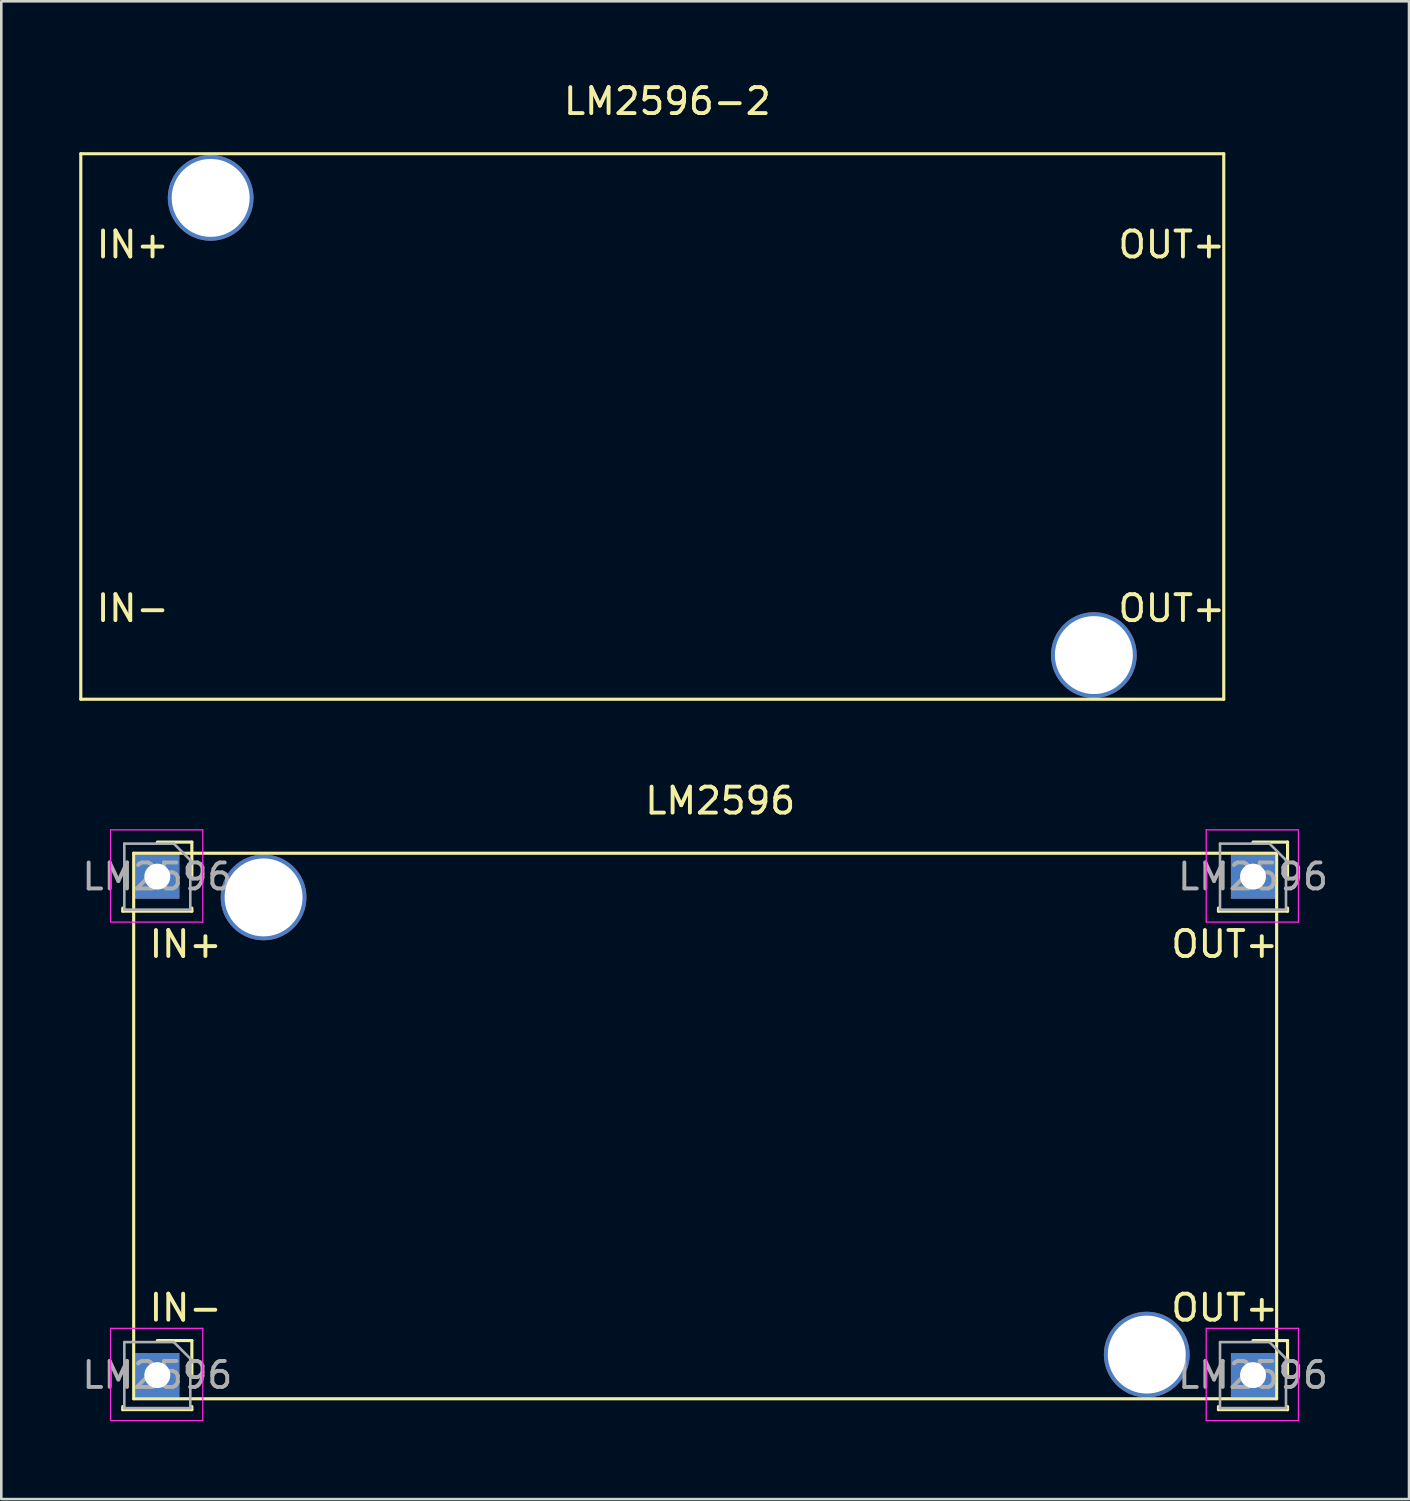
<source format=kicad_pcb>
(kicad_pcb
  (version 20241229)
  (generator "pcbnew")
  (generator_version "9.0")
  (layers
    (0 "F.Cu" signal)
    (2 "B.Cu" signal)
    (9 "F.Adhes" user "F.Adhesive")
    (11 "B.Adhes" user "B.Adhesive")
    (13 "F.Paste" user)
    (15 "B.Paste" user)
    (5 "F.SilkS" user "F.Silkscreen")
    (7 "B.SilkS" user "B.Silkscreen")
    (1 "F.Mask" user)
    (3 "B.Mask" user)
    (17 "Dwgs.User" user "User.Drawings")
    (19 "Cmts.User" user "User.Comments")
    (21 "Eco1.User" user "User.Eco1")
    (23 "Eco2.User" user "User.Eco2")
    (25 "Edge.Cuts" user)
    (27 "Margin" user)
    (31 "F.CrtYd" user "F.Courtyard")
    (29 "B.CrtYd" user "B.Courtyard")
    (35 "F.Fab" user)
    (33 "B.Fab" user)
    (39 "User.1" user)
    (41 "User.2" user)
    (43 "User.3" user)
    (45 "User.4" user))
  (footprint "LM2596-2"
    (layer "F.Cu")
    (at 22.06 13.368)
    (property "Reference" "LM2596-2" (at 0.58 -12.52 0) (unlocked yes) (layer "F.SilkS") (effects (font (size 1 1) (thickness 0.15))))
    (attr through_hole)
    (fp_line (start -22 -10.5) (end 22 -10.5) (stroke (width 0.12) (type solid)) (layer "F.SilkS"))
    (fp_line (start -22 10.5) (end -22 -10.5) (stroke (width 0.12) (type solid)) (layer "F.SilkS"))
    (fp_line (start -22 10.5) (end 22 10.5) (stroke (width 0.12) (type solid)) (layer "F.SilkS"))
    (fp_line (start 22 -10.5) (end 22 10.5) (stroke (width 0.12) (type solid)) (layer "F.SilkS"))
    (fp_text user "IN+" (at -20 -7 0) (unlocked yes) (layer "F.SilkS") (effects (font (size 1 1) (thickness 0.15))))
    (fp_text user "IN-" (at -20 7 0) (unlocked yes) (layer "F.SilkS") (effects (font (size 1 1) (thickness 0.15))))
    (fp_text user "OUT+" (at 20 7 0) (unlocked yes) (layer "F.SilkS") (effects (font (size 1 1) (thickness 0.15))))
    (fp_text user "OUT+" (at 20 -7 0) (unlocked yes) (layer "F.SilkS") (effects (font (size 1 1) (thickness 0.15))))
    (pad "" thru_hole circle (at -17 -8.8) (size 3.3 3.3) (drill 3) (layers "*.Cu" "*.Mask"))
    (pad "" thru_hole circle (at 17 8.8) (size 3.3 3.3) (drill 3) (layers "*.Cu" "*.Mask")))
  (footprint "LM2596"
    (layer "F.Cu")
    (at 24.096 40.297)
    (property "Reference" "LM2596" (at 0.58 -12.52 0) (unlocked yes) (layer "F.SilkS") (effects (font (size 1 1) (thickness 0.15))))
    (attr through_hole)
    (fp_line (start -22.42 -8.39) (end -22.42 -8.27) (stroke (width 0.12) (type solid)) (layer "F.SilkS"))
    (fp_line (start -22.42 -8.27) (end -19.76 -8.27) (stroke (width 0.12) (type solid)) (layer "F.SilkS"))
    (fp_line (start -22.42 10.8) (end -22.42 10.92) (stroke (width 0.12) (type solid)) (layer "F.SilkS"))
    (fp_line (start -22.42 10.92) (end -19.76 10.92) (stroke (width 0.12) (type solid)) (layer "F.SilkS"))
    (fp_line (start -22 -10.5) (end 22 -10.5) (stroke (width 0.12) (type solid)) (layer "F.SilkS"))
    (fp_line (start -22 10.5) (end -22 -10.5) (stroke (width 0.12) (type solid)) (layer "F.SilkS"))
    (fp_line (start -22 10.5) (end 22 10.5) (stroke (width 0.12) (type solid)) (layer "F.SilkS"))
    (fp_line (start -21.09 -10.93) (end -19.76 -10.93) (stroke (width 0.12) (type solid)) (layer "F.SilkS"))
    (fp_line (start -21.09 8.26) (end -19.76 8.26) (stroke (width 0.12) (type solid)) (layer "F.SilkS"))
    (fp_line (start -19.76 -10.93) (end -19.76 -9.6) (stroke (width 0.12) (type solid)) (layer "F.SilkS"))
    (fp_line (start -19.76 -8.39) (end -19.76 -8.27) (stroke (width 0.12) (type solid)) (layer "F.SilkS"))
    (fp_line (start -19.76 8.26) (end -19.76 9.59) (stroke (width 0.12) (type solid)) (layer "F.SilkS"))
    (fp_line (start -19.76 10.8) (end -19.76 10.92) (stroke (width 0.12) (type solid)) (layer "F.SilkS"))
    (fp_line (start 19.76 -8.39) (end 19.76 -8.27) (stroke (width 0.12) (type solid)) (layer "F.SilkS"))
    (fp_line (start 19.76 -8.27) (end 22.42 -8.27) (stroke (width 0.12) (type solid)) (layer "F.SilkS"))
    (fp_line (start 19.76 10.8) (end 19.76 10.92) (stroke (width 0.12) (type solid)) (layer "F.SilkS"))
    (fp_line (start 19.76 10.92) (end 22.42 10.92) (stroke (width 0.12) (type solid)) (layer "F.SilkS"))
    (fp_line (start 21.09 -10.93) (end 22.42 -10.93) (stroke (width 0.12) (type solid)) (layer "F.SilkS"))
    (fp_line (start 21.09 8.26) (end 22.42 8.26) (stroke (width 0.12) (type solid)) (layer "F.SilkS"))
    (fp_line (start 22 -10.5) (end 22 10.5) (stroke (width 0.12) (type solid)) (layer "F.SilkS"))
    (fp_line (start 22.42 -10.93) (end 22.42 -9.6) (stroke (width 0.12) (type solid)) (layer "F.SilkS"))
    (fp_line (start 22.42 -8.39) (end 22.42 -8.27) (stroke (width 0.12) (type solid)) (layer "F.SilkS"))
    (fp_line (start 22.42 8.26) (end 22.42 9.59) (stroke (width 0.12) (type solid)) (layer "F.SilkS"))
    (fp_line (start 22.42 10.8) (end 22.42 10.92) (stroke (width 0.12) (type solid)) (layer "F.SilkS"))
    (fp_line (start -22.89 -11.4) (end -19.34 -11.4) (stroke (width 0.05) (type solid)) (layer "F.CrtYd"))
    (fp_line (start -22.89 -7.85) (end -22.89 -11.4) (stroke (width 0.05) (type solid)) (layer "F.CrtYd"))
    (fp_line (start -22.89 7.79) (end -19.34 7.79) (stroke (width 0.05) (type solid)) (layer "F.CrtYd"))
    (fp_line (start -22.89 11.34) (end -22.89 7.79) (stroke (width 0.05) (type solid)) (layer "F.CrtYd"))
    (fp_line (start -19.34 -11.4) (end -19.34 -7.85) (stroke (width 0.05) (type solid)) (layer "F.CrtYd"))
    (fp_line (start -19.34 -7.85) (end -22.89 -7.85) (stroke (width 0.05) (type solid)) (layer "F.CrtYd"))
    (fp_line (start -19.34 7.79) (end -19.34 11.34) (stroke (width 0.05) (type solid)) (layer "F.CrtYd"))
    (fp_line (start -19.34 11.34) (end -22.89 11.34) (stroke (width 0.05) (type solid)) (layer "F.CrtYd"))
    (fp_line (start 19.29 -11.4) (end 22.84 -11.4) (stroke (width 0.05) (type solid)) (layer "F.CrtYd"))
    (fp_line (start 19.29 -7.85) (end 19.29 -11.4) (stroke (width 0.05) (type solid)) (layer "F.CrtYd"))
    (fp_line (start 19.29 7.79) (end 22.84 7.79) (stroke (width 0.05) (type solid)) (layer "F.CrtYd"))
    (fp_line (start 19.29 11.34) (end 19.29 7.79) (stroke (width 0.05) (type solid)) (layer "F.CrtYd"))
    (fp_line (start 22.84 -11.4) (end 22.84 -7.85) (stroke (width 0.05) (type solid)) (layer "F.CrtYd"))
    (fp_line (start 22.84 -7.85) (end 19.29 -7.85) (stroke (width 0.05) (type solid)) (layer "F.CrtYd"))
    (fp_line (start 22.84 7.79) (end 22.84 11.34) (stroke (width 0.05) (type solid)) (layer "F.CrtYd"))
    (fp_line (start 22.84 11.34) (end 19.29 11.34) (stroke (width 0.05) (type solid)) (layer "F.CrtYd"))
    (fp_line (start -22.36 -10.87) (end -20.455 -10.87) (stroke (width 0.1) (type solid)) (layer "F.Fab"))
    (fp_line (start -22.36 -8.33) (end -22.36 -10.87) (stroke (width 0.1) (type solid)) (layer "F.Fab"))
    (fp_line (start -22.36 8.32) (end -20.455 8.32) (stroke (width 0.1) (type solid)) (layer "F.Fab"))
    (fp_line (start -22.36 10.86) (end -22.36 8.32) (stroke (width 0.1) (type solid)) (layer "F.Fab"))
    (fp_line (start -20.455 -10.87) (end -19.82 -10.235) (stroke (width 0.1) (type solid)) (layer "F.Fab"))
    (fp_line (start -20.455 8.32) (end -19.82 8.955) (stroke (width 0.1) (type solid)) (layer "F.Fab"))
    (fp_line (start -19.82 -10.235) (end -19.82 -8.33) (stroke (width 0.1) (type solid)) (layer "F.Fab"))
    (fp_line (start -19.82 -8.33) (end -22.36 -8.33) (stroke (width 0.1) (type solid)) (layer "F.Fab"))
    (fp_line (start -19.82 8.955) (end -19.82 10.86) (stroke (width 0.1) (type solid)) (layer "F.Fab"))
    (fp_line (start -19.82 10.86) (end -22.36 10.86) (stroke (width 0.1) (type solid)) (layer "F.Fab"))
    (fp_line (start 19.82 -10.87) (end 21.725 -10.87) (stroke (width 0.1) (type solid)) (layer "F.Fab"))
    (fp_line (start 19.82 -8.33) (end 19.82 -10.87) (stroke (width 0.1) (type solid)) (layer "F.Fab"))
    (fp_line (start 19.82 8.32) (end 21.725 8.32) (stroke (width 0.1) (type solid)) (layer "F.Fab"))
    (fp_line (start 19.82 10.86) (end 19.82 8.32) (stroke (width 0.1) (type solid)) (layer "F.Fab"))
    (fp_line (start 21.725 -10.87) (end 22.36 -10.235) (stroke (width 0.1) (type solid)) (layer "F.Fab"))
    (fp_line (start 21.725 8.32) (end 22.36 8.955) (stroke (width 0.1) (type solid)) (layer "F.Fab"))
    (fp_line (start 22.36 -10.235) (end 22.36 -8.33) (stroke (width 0.1) (type solid)) (layer "F.Fab"))
    (fp_line (start 22.36 -8.33) (end 19.82 -8.33) (stroke (width 0.1) (type solid)) (layer "F.Fab"))
    (fp_line (start 22.36 8.955) (end 22.36 10.86) (stroke (width 0.1) (type solid)) (layer "F.Fab"))
    (fp_line (start 22.36 10.86) (end 19.82 10.86) (stroke (width 0.1) (type solid)) (layer "F.Fab"))
    (fp_text user "IN+" (at -20 -7 0) (unlocked yes) (layer "F.SilkS") (effects (font (size 1 1) (thickness 0.15))))
    (fp_text user "OUT+" (at 20 -7 0) (unlocked yes) (layer "F.SilkS") (effects (font (size 1 1) (thickness 0.15))))
    (fp_text user "IN-" (at -20 7 0) (unlocked yes) (layer "F.SilkS") (effects (font (size 1 1) (thickness 0.15))))
    (fp_text user "OUT+" (at 20 7 0) (unlocked yes) (layer "F.SilkS") (effects (font (size 1 1) (thickness 0.15))))
    (fp_text user "${REFERENCE}" (at -21.09 9.59 0) (layer "F.Fab") (effects (font (size 1 1) (thickness 0.15))))
    (fp_text user "${REFERENCE}" (at 21.09 -9.6 0) (layer "F.Fab") (effects (font (size 1 1) (thickness 0.15))))
    (fp_text user "${REFERENCE}" (at -21.09 -9.6 0) (layer "F.Fab") (effects (font (size 1 1) (thickness 0.15))))
    (fp_text user "${REFERENCE}" (at 21.09 9.59 0) (layer "F.Fab") (effects (font (size 1 1) (thickness 0.15))))
    (pad "" thru_hole circle (at -17 -8.8) (size 3.3 3.3) (drill 3) (layers "*.Cu" "*.Mask"))
    (pad "" thru_hole circle (at 17 8.8) (size 3.3 3.3) (drill 3) (layers "*.Cu" "*.Mask"))
    (pad "1" thru_hole rect (at -21.09 -9.6) (size 1.7 1.7) (drill 1) (layers "*.Cu" "*.Mask"))
    (pad "2" thru_hole rect (at -21.09 9.59) (size 1.7 1.7) (drill 1) (layers "*.Cu" "*.Mask"))
    (pad "3" thru_hole rect (at 21.09 -9.6) (size 1.7 1.7) (drill 1) (layers "*.Cu" "*.Mask"))
    (pad "4" thru_hole rect (at 21.09 9.59) (size 1.7 1.7) (drill 1) (layers "*.Cu" "*.Mask")))
  (gr_rect
    (start -3 -3)
    (end 51.192 54.661)
    (stroke (width 0.1) (type default))
    (fill no)
    (layer "Edge.Cuts")))
</source>
